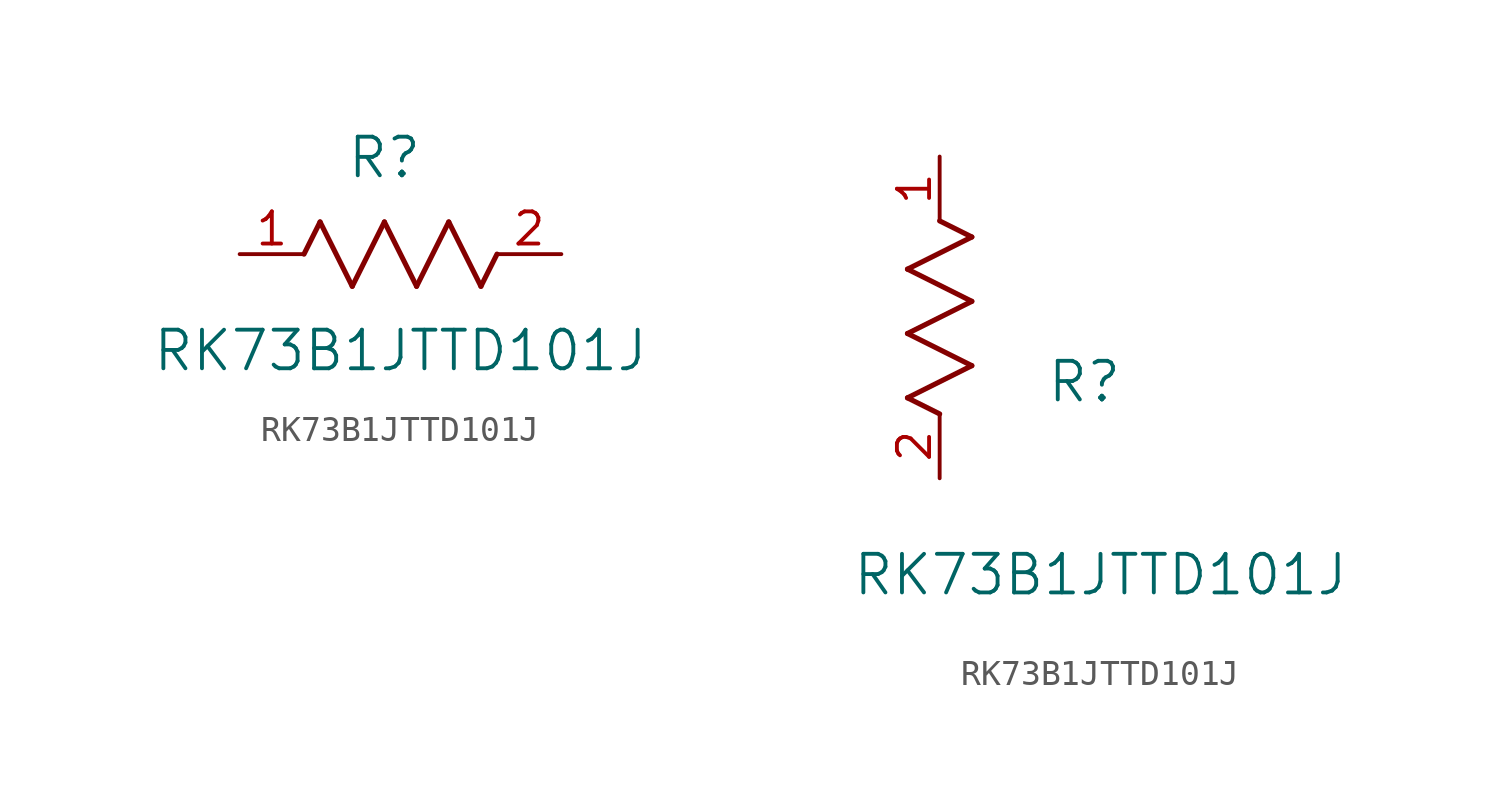
<source format=kicad_sym>
(kicad_symbol_lib
  (version 20211014)
  (generator kicad_symbol_editor)
  (symbol "RK73B1JTTD101J"
    (pin_names
      (offset 0.254))
    (property "Reference" "R"
      (at 5.715 3.81 0)
      (effects (font (size 1.524 1.524))))
    (property "Value" "RK73B1JTTD101J"
      (at 6.35 -3.81 0)
      (effects (font (size 1.524 1.524))))
    (symbol "RK73B1JTTD101J_1_1"
      (polyline (pts (xy 3.175 1.27) (xy 4.445 -1.27)) (stroke (width 0.203) (type default) (color 0 0 0 0)) (fill (type none)))
      (polyline (pts (xy 4.445 -1.27) (xy 5.715 1.27)) (stroke (width 0.203) (type default) (color 0 0 0 0)) (fill (type none)))
      (polyline (pts (xy 5.715 1.27) (xy 6.985 -1.27)) (stroke (width 0.203) (type default) (color 0 0 0 0)) (fill (type none)))
      (polyline (pts (xy 6.985 -1.27) (xy 8.255 1.27)) (stroke (width 0.203) (type default) (color 0 0 0 0)) (fill (type none)))
      (polyline (pts (xy 8.255 1.27) (xy 9.525 -1.27)) (stroke (width 0.203) (type default) (color 0 0 0 0)) (fill (type none)))
      (polyline (pts (xy 2.54 0) (xy 3.175 1.27)) (stroke (width 0.203) (type default) (color 0 0 0 0)) (fill (type none)))
      (polyline (pts (xy 9.525 -1.27) (xy 10.16 0)) (stroke (width 0.203) (type default) (color 0 0 0 0)) (fill (type none)))
      (pin unspecified line (at 0 0 0) (length 2.54) (name "" (effects (font (size 1.27 1.27)))) (number "1" (effects (font (size 1.27 1.27)))))
      (pin unspecified line (at 12.7 0 180) (length 2.54) (name "" (effects (font (size 1.27 1.27)))) (number "2" (effects (font (size 1.27 1.27))))))
    (symbol "RK73B1JTTD101J_1_2"
      (polyline (pts (xy 0 2.54) (xy -1.27 3.175)) (stroke (width 0.203) (type default) (color 0 0 0 0)) (fill (type none)))
      (polyline (pts (xy -1.27 3.175) (xy 1.27 4.445)) (stroke (width 0.203) (type default) (color 0 0 0 0)) (fill (type none)))
      (polyline (pts (xy 1.27 4.445) (xy -1.27 5.715)) (stroke (width 0.203) (type default) (color 0 0 0 0)) (fill (type none)))
      (polyline (pts (xy -1.27 5.715) (xy 1.27 6.985)) (stroke (width 0.203) (type default) (color 0 0 0 0)) (fill (type none)))
      (polyline (pts (xy -1.27 8.255) (xy 1.27 9.525)) (stroke (width 0.203) (type default) (color 0 0 0 0)) (fill (type none)))
      (polyline (pts (xy 1.27 9.525) (xy 0 10.16)) (stroke (width 0.203) (type default) (color 0 0 0 0)) (fill (type none)))
      (polyline (pts (xy 1.27 6.985) (xy -1.27 8.255)) (stroke (width 0.203) (type default) (color 0 0 0 0)) (fill (type none)))
      (pin unspecified line (at 0 12.7 270) (length 2.54) (name "" (effects (font (size 1.27 1.27)))) (number "1" (effects (font (size 1.27 1.27)))))
      (pin unspecified line (at 0 0 90) (length 2.54) (name "" (effects (font (size 1.27 1.27)))) (number "2" (effects (font (size 1.27 1.27))))))))
</source>
